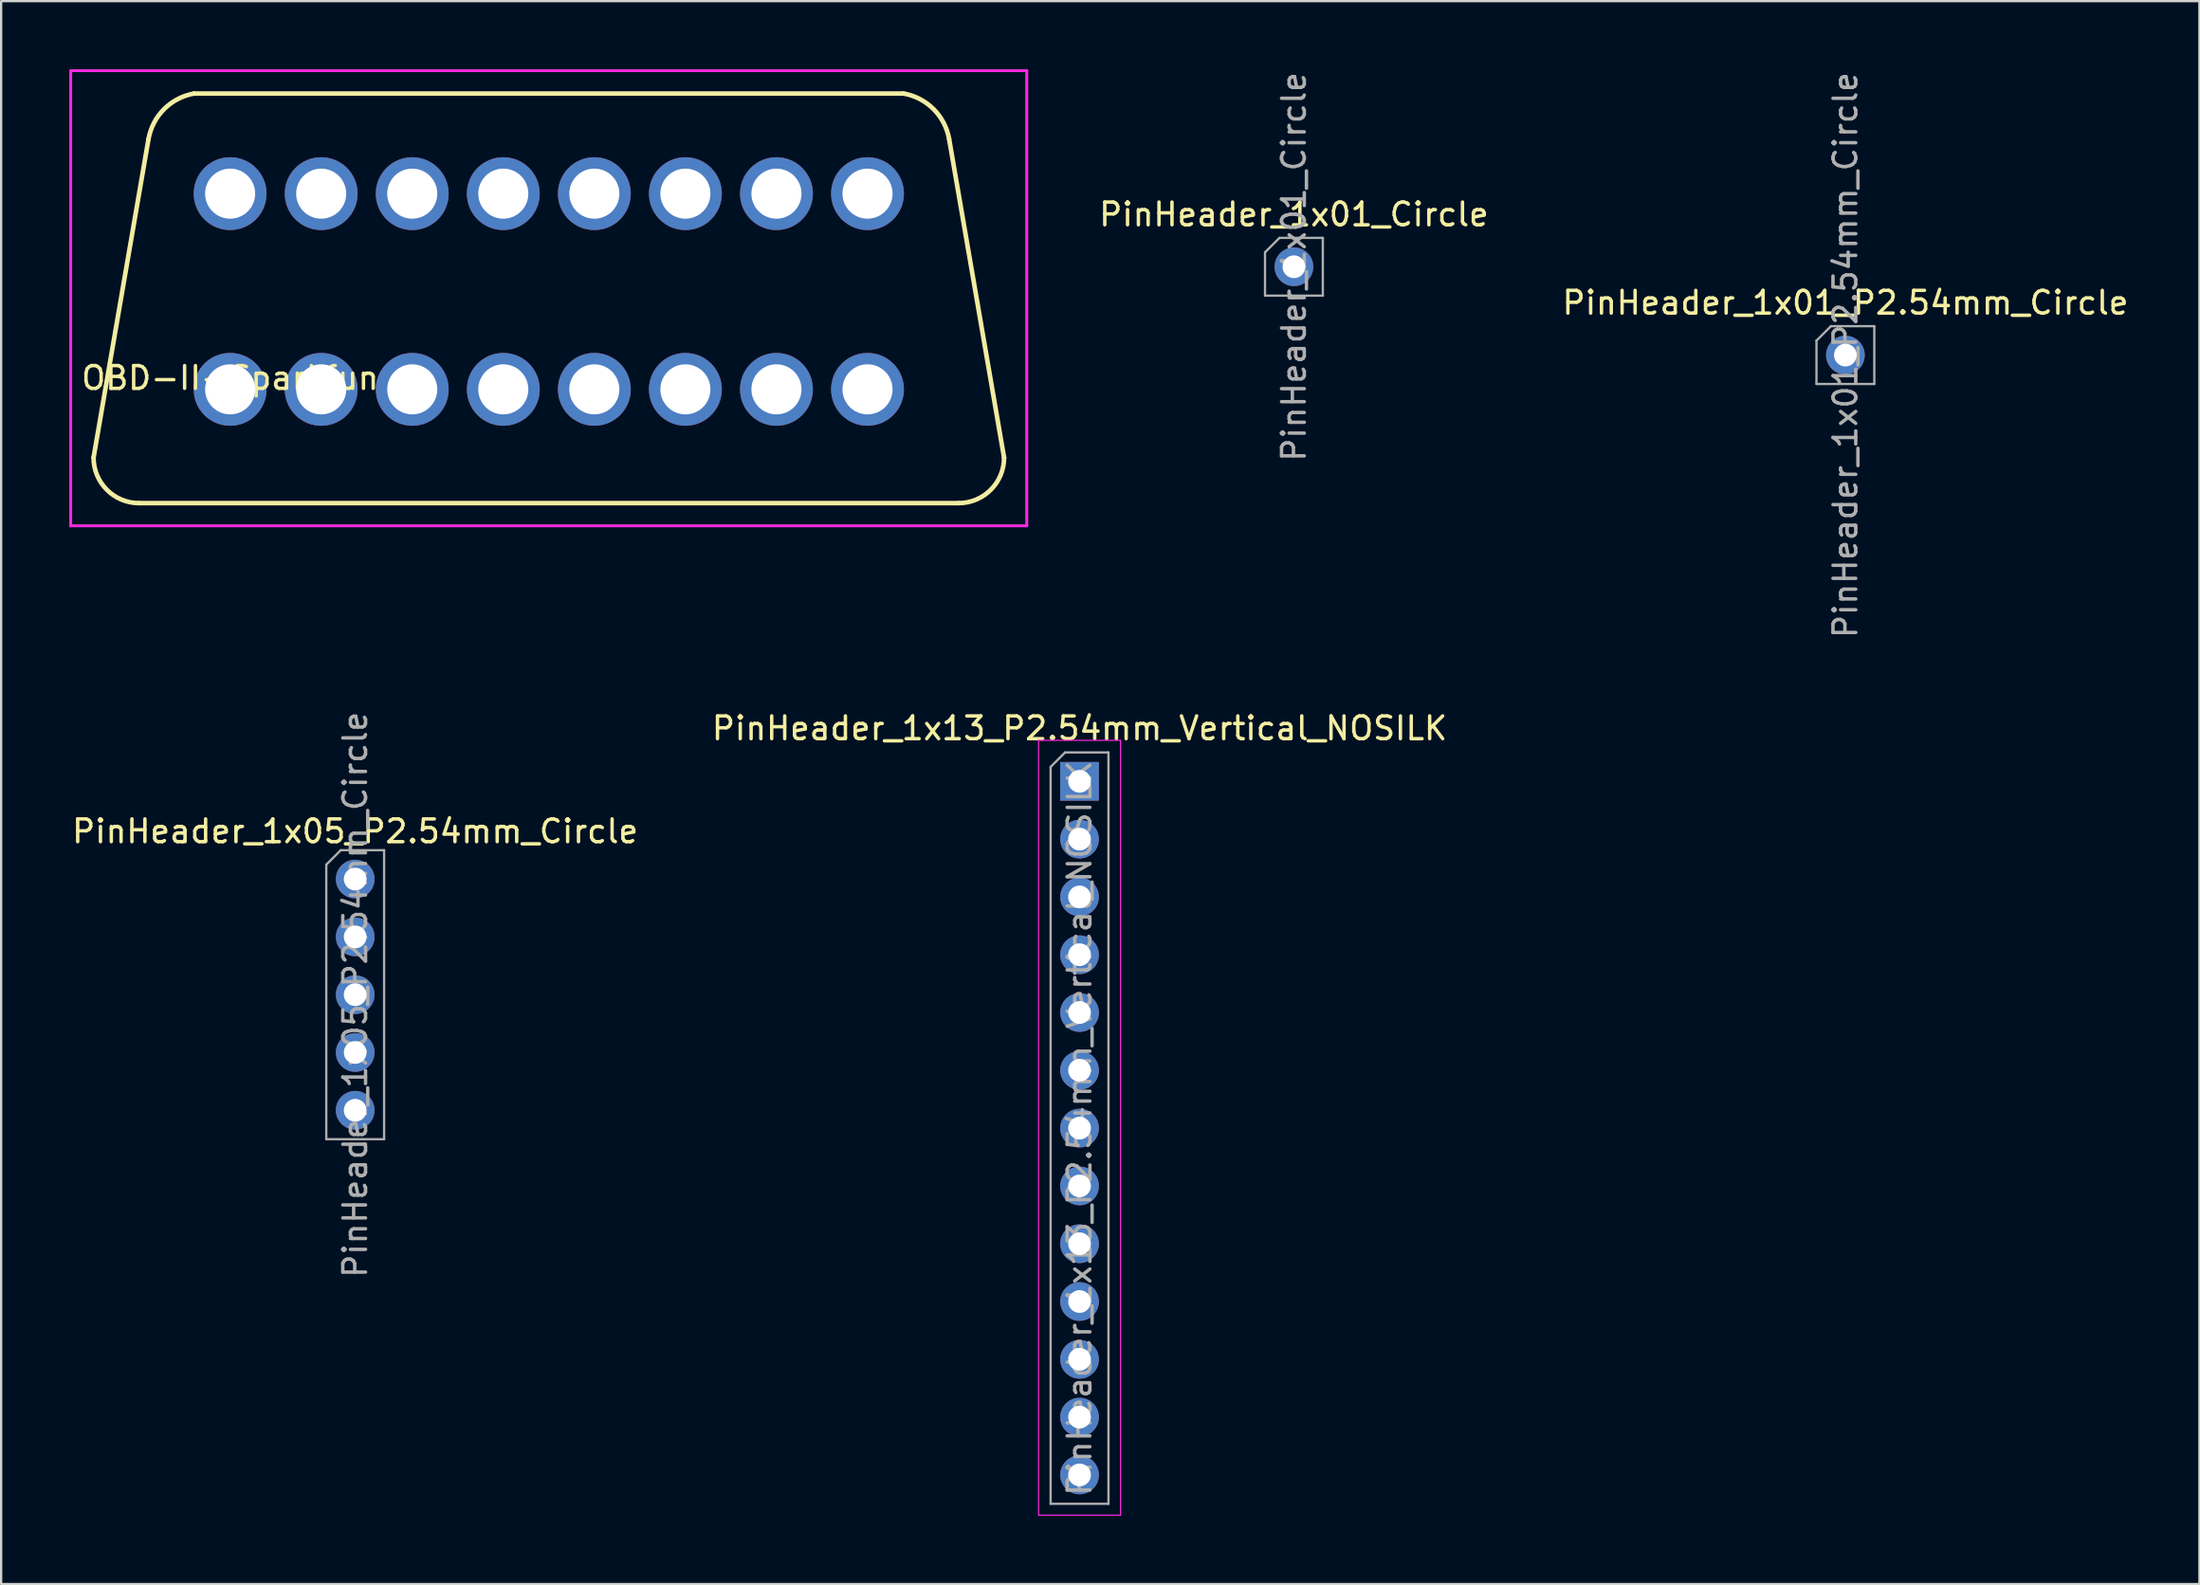
<source format=kicad_pcb>
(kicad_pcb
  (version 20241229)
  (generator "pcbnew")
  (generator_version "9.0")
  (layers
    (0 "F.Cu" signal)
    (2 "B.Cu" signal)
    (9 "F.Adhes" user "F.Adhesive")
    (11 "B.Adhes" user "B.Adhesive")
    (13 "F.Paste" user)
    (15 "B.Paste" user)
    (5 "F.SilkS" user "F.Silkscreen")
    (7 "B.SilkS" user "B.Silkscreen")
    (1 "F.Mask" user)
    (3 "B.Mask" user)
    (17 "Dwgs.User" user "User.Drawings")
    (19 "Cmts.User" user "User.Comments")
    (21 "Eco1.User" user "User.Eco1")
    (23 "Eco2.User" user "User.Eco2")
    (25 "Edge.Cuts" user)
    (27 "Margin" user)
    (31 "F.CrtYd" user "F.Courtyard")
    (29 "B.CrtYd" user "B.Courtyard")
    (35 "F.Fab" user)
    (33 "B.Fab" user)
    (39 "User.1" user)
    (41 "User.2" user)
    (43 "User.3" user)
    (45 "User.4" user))
  (footprint "PinHeader_1x05_P2.54mm_Circle"
    (layer "F.Cu")
    (at 12.554 35.581)
    (property "Reference" "PinHeader_1x05_P2.54mm_Circle" (at 0 -2.1 0) (layer "F.SilkS") (effects (font (size 1 1) (thickness 0.15))))
    (attr through_hole)
    (fp_line (start -1.27 -0.635) (end -0.635 -1.27) (stroke (width 0.1) (type solid)) (layer "F.Fab"))
    (fp_line (start -1.27 11.43) (end -1.27 -0.635) (stroke (width 0.1) (type solid)) (layer "F.Fab"))
    (fp_line (start -0.635 -1.27) (end 1.27 -1.27) (stroke (width 0.1) (type solid)) (layer "F.Fab"))
    (fp_line (start 1.27 -1.27) (end 1.27 11.43) (stroke (width 0.1) (type solid)) (layer "F.Fab"))
    (fp_line (start 1.27 11.43) (end -1.27 11.43) (stroke (width 0.1) (type solid)) (layer "F.Fab"))
    (fp_text user "${REFERENCE}" (at 0 5.08 90) (layer "F.Fab") (effects (font (size 1 1) (thickness 0.15))))
    (pad "1" thru_hole circle (at 0 0) (size 1.7 1.7) (drill 1) (layers "*.Cu" "*.Mask"))
    (pad "2" thru_hole oval (at 0 2.54) (size 1.7 1.7) (drill 1) (layers "*.Cu" "*.Mask"))
    (pad "3" thru_hole oval (at 0 5.08) (size 1.7 1.7) (drill 1) (layers "*.Cu" "*.Mask"))
    (pad "4" thru_hole oval (at 0 7.62) (size 1.7 1.7) (drill 1) (layers "*.Cu" "*.Mask"))
    (pad "5" thru_hole oval (at 0 10.16) (size 1.7 1.7) (drill 1) (layers "*.Cu" "*.Mask")))
  (footprint "PinHeader_1x13_P2.54mm_Vertical_NOSILK"
    (layer "F.Cu")
    (at 44.375 31.285)
    (property "Reference" "PinHeader_1x13_P2.54mm_Vertical_NOSILK" (at 0 -2.33 0) (layer "F.SilkS") (effects (font (size 1 1) (thickness 0.15))))
    (attr through_hole)
    (fp_line (start -1.8 -1.8) (end -1.8 32.25) (stroke (width 0.05) (type solid)) (layer "F.CrtYd"))
    (fp_line (start -1.8 32.25) (end 1.8 32.25) (stroke (width 0.05) (type solid)) (layer "F.CrtYd"))
    (fp_line (start 1.8 -1.8) (end -1.8 -1.8) (stroke (width 0.05) (type solid)) (layer "F.CrtYd"))
    (fp_line (start 1.8 32.25) (end 1.8 -1.8) (stroke (width 0.05) (type solid)) (layer "F.CrtYd"))
    (fp_line (start -1.27 -0.635) (end -0.635 -1.27) (stroke (width 0.1) (type solid)) (layer "F.Fab"))
    (fp_line (start -1.27 31.75) (end -1.27 -0.635) (stroke (width 0.1) (type solid)) (layer "F.Fab"))
    (fp_line (start -0.635 -1.27) (end 1.27 -1.27) (stroke (width 0.1) (type solid)) (layer "F.Fab"))
    (fp_line (start 1.27 -1.27) (end 1.27 31.75) (stroke (width 0.1) (type solid)) (layer "F.Fab"))
    (fp_line (start 1.27 31.75) (end -1.27 31.75) (stroke (width 0.1) (type solid)) (layer "F.Fab"))
    (fp_text user "${REFERENCE}" (at 0 15.24 90) (layer "F.Fab") (effects (font (size 1 1) (thickness 0.15))))
    (pad "1" thru_hole rect (at 0 0) (size 1.7 1.7) (drill 1) (layers "*.Cu" "*.Mask"))
    (pad "2" thru_hole oval (at 0 2.54) (size 1.7 1.7) (drill 1) (layers "*.Cu" "*.Mask"))
    (pad "3" thru_hole oval (at 0 5.08) (size 1.7 1.7) (drill 1) (layers "*.Cu" "*.Mask"))
    (pad "4" thru_hole oval (at 0 7.62) (size 1.7 1.7) (drill 1) (layers "*.Cu" "*.Mask"))
    (pad "5" thru_hole oval (at 0 10.16) (size 1.7 1.7) (drill 1) (layers "*.Cu" "*.Mask"))
    (pad "6" thru_hole oval (at 0 12.7) (size 1.7 1.7) (drill 1) (layers "*.Cu" "*.Mask"))
    (pad "7" thru_hole oval (at 0 15.24) (size 1.7 1.7) (drill 1) (layers "*.Cu" "*.Mask"))
    (pad "8" thru_hole oval (at 0 17.78) (size 1.7 1.7) (drill 1) (layers "*.Cu" "*.Mask"))
    (pad "9" thru_hole oval (at 0 20.32) (size 1.7 1.7) (drill 1) (layers "*.Cu" "*.Mask"))
    (pad "10" thru_hole oval (at 0 22.86) (size 1.7 1.7) (drill 1) (layers "*.Cu" "*.Mask"))
    (pad "11" thru_hole oval (at 0 25.4) (size 1.7 1.7) (drill 1) (layers "*.Cu" "*.Mask"))
    (pad "12" thru_hole oval (at 0 27.94) (size 1.7 1.7) (drill 1) (layers "*.Cu" "*.Mask"))
    (pad "13" thru_hole oval (at 0 30.48) (size 1.7 1.7) (drill 1) (layers "*.Cu" "*.Mask")))
  (footprint "PinHeader_1x01_P2.54mm_Circle"
    (layer "F.Cu")
    (at 78.019 12.554)
    (property "Reference" "PinHeader_1x01_P2.54mm_Circle" (at 0 -2.3 0) (layer "F.SilkS") (effects (font (size 1 1) (thickness 0.15))))
    (attr through_hole)
    (fp_line (start -1.27 -0.635) (end -0.635 -1.27) (stroke (width 0.1) (type solid)) (layer "F.Fab"))
    (fp_line (start -1.27 1.27) (end -1.27 -0.635) (stroke (width 0.1) (type solid)) (layer "F.Fab"))
    (fp_line (start -0.635 -1.27) (end 1.27 -1.27) (stroke (width 0.1) (type solid)) (layer "F.Fab"))
    (fp_line (start 1.27 -1.27) (end 1.27 1.27) (stroke (width 0.1) (type solid)) (layer "F.Fab"))
    (fp_line (start 1.27 1.27) (end -1.27 1.27) (stroke (width 0.1) (type solid)) (layer "F.Fab"))
    (fp_text user "${REFERENCE}" (at 0 0 90) (layer "F.Fab") (effects (font (size 1 1) (thickness 0.15))))
    (pad "1" thru_hole circle (at 0 0) (size 1.7 1.7) (drill 1) (layers "*.Cu" "*.Mask")))
  (footprint "PinHeader_1x01_Circle"
    (layer "F.Cu")
    (at 53.793 8.673)
    (property "Reference" "PinHeader_1x01_Circle" (at 0 -2.3 0) (layer "F.SilkS") (effects (font (size 1 1) (thickness 0.15))))
    (attr through_hole)
    (fp_line (start -1.27 -0.635) (end -0.635 -1.27) (stroke (width 0.1) (type solid)) (layer "F.Fab"))
    (fp_line (start -1.27 1.27) (end -1.27 -0.635) (stroke (width 0.1) (type solid)) (layer "F.Fab"))
    (fp_line (start -0.635 -1.27) (end 1.27 -1.27) (stroke (width 0.1) (type solid)) (layer "F.Fab"))
    (fp_line (start 1.27 -1.27) (end 1.27 1.27) (stroke (width 0.1) (type solid)) (layer "F.Fab"))
    (fp_line (start 1.27 1.27) (end -1.27 1.27) (stroke (width 0.1) (type solid)) (layer "F.Fab"))
    (fp_text user "${REFERENCE}" (at 0 0 90) (layer "F.Fab") (effects (font (size 1 1) (thickness 0.15))))
    (pad "1" thru_hole circle (at 0 0) (size 1.7 1.7) (drill 1) (layers "*.Cu" "*.Mask")))
  (footprint "OBD-II-Sparkfun"
    (layer "F.Cu")
    (at 21.06 10.06)
    (property "Reference" "OBD-II-Sparkfun" (at -14 3.5 0) (unlocked yes) (layer "F.SilkS") (effects (font (size 1 1) (thickness 0.15))))
    (attr through_hole)
    (fp_line (start -20 7) (end -17.586 -7) (stroke (width 0.2) (type solid)) (layer "F.SilkS"))
    (fp_line (start -18 9) (end 18 9) (stroke (width 0.2) (type solid)) (layer "F.SilkS"))
    (fp_line (start 15.586 -9) (end -15.586 -9) (stroke (width 0.2) (type solid)) (layer "F.SilkS"))
    (fp_line (start 20 7) (end 17.586 -7) (stroke (width 0.2) (type solid)) (layer "F.SilkS"))
    (fp_arc (start -18 9) (mid -19.414213 8.414213) (end -19.999999 6.999999) (stroke (width 0.2) (type solid)) (layer "F.SilkS"))
    (fp_arc (start -17.585787 -7.000001) (mid -16.901085 -8.3153) (end -15.585786 -9) (stroke (width 0.2) (type solid)) (layer "F.SilkS"))
    (fp_arc (start 15.585788 -9) (mid 16.901086 -8.315298) (end 17.585786 -6.999999) (stroke (width 0.2) (type solid)) (layer "F.SilkS"))
    (fp_arc (start 20.000001 7.000001) (mid 19.414214 8.414214) (end 18 9) (stroke (width 0.2) (type solid)) (layer "F.SilkS"))
    (fp_line (start -21 -10) (end -21 10) (stroke (width 0.12) (type solid)) (layer "F.CrtYd"))
    (fp_line (start -21 10) (end 21 10) (stroke (width 0.12) (type solid)) (layer "F.CrtYd"))
    (fp_line (start -20 -10) (end -21 -10) (stroke (width 0.12) (type solid)) (layer "F.CrtYd"))
    (fp_line (start 21 -10) (end -20 -10) (stroke (width 0.12) (type solid)) (layer "F.CrtYd"))
    (fp_line (start 21 10) (end 21 -10) (stroke (width 0.12) (type solid)) (layer "F.CrtYd"))
    (fp_line (start -21 -10) (end -21 10) (stroke (width 0.1) (type solid)) (layer "F.Fab"))
    (fp_line (start -21 10) (end 21 10) (stroke (width 0.1) (type solid)) (layer "F.Fab"))
    (fp_line (start 21 -10) (end -21 -10) (stroke (width 0.1) (type solid)) (layer "F.Fab"))
    (fp_line (start 21 10) (end 21 -10) (stroke (width 0.1) (type solid)) (layer "F.Fab"))
    (pad "1" thru_hole circle (at -14 4) (size 3.2 3.2) (drill 2.2) (layers "*.Cu" "*.Mask"))
    (pad "2" thru_hole circle (at -10 4) (size 3.2 3.2) (drill 2.2) (layers "*.Cu" "*.Mask"))
    (pad "3" thru_hole circle (at -6 4) (size 3.2 3.2) (drill 2.2) (layers "*.Cu" "*.Mask"))
    (pad "4" thru_hole circle (at -2 4) (size 3.2 3.2) (drill 2.2) (layers "*.Cu" "*.Mask"))
    (pad "5" thru_hole circle (at 2 4) (size 3.2 3.2) (drill 2.2) (layers "*.Cu" "*.Mask"))
    (pad "6" thru_hole circle (at 6 4) (size 3.2 3.2) (drill 2.2) (layers "*.Cu" "*.Mask"))
    (pad "7" thru_hole circle (at 10 4) (size 3.2 3.2) (drill 2.2) (layers "*.Cu" "*.Mask"))
    (pad "8" thru_hole circle (at 14 4) (size 3.2 3.2) (drill 2.2) (layers "*.Cu" "*.Mask"))
    (pad "9" thru_hole circle (at -14 -4.6) (size 3.2 3.2) (drill 2.2) (layers "*.Cu" "*.Mask"))
    (pad "10" thru_hole circle (at -10 -4.6) (size 3.2 3.2) (drill 2.2) (layers "*.Cu" "*.Mask"))
    (pad "11" thru_hole circle (at -6 -4.6) (size 3.2 3.2) (drill 2.2) (layers "*.Cu" "*.Mask"))
    (pad "12" thru_hole circle (at -2 -4.6) (size 3.2 3.2) (drill 2.2) (layers "*.Cu" "*.Mask"))
    (pad "13" thru_hole circle (at 2 -4.6) (size 3.2 3.2) (drill 2.2) (layers "*.Cu" "*.Mask"))
    (pad "14" thru_hole circle (at 6 -4.6) (size 3.2 3.2) (drill 2.2) (layers "*.Cu" "*.Mask"))
    (pad "15" thru_hole circle (at 10 -4.6) (size 3.2 3.2) (drill 2.2) (layers "*.Cu" "*.Mask"))
    (pad "16" thru_hole circle (at 14 -4.6) (size 3.2 3.2) (drill 2.2) (layers "*.Cu" "*.Mask")))
  (gr_rect
    (start -3 -3)
    (end 93.572 66.56)
    (stroke (width 0.1) (type default))
    (fill no)
    (layer "Edge.Cuts")))
</source>
